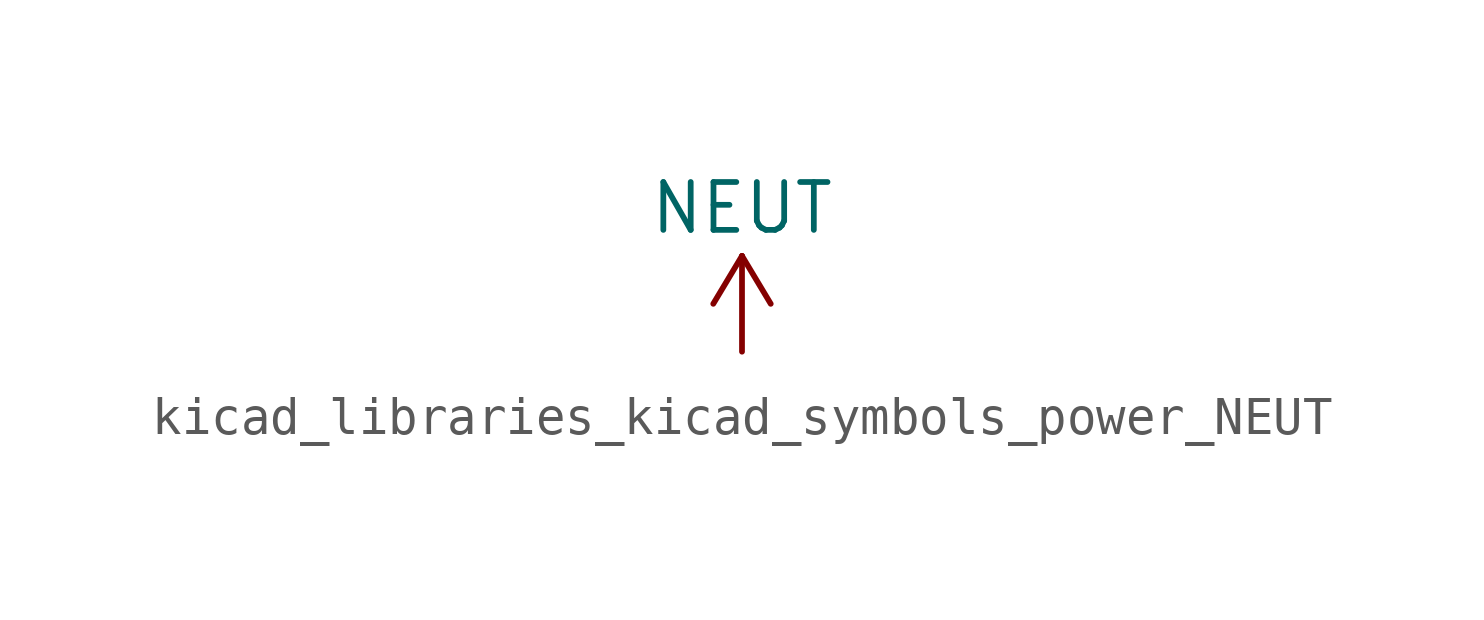
<source format=kicad_sym>
(kicad_symbol_lib
  (version 20220914)
  (generator kicad_symbol_editor)
  (symbol "kicad_libraries_kicad_symbols_power_NEUT"
    (power)
    (pin_names
      (offset 0))
    (property "Reference" "#PWR"
      (at 0 -3.81 0)
      (effects (font (size 1.27 1.27)) hide))
    (property "Value" "NEUT"
      (at 0 3.81 0)
      (effects (font (size 1.27 1.27))))
    (symbol "kicad_libraries_kicad_symbols_power_NEUT_0_1"
      (polyline (pts (xy -0.762 1.27) (xy 0 2.54)) (stroke (width 0) (type default)) (fill (type none)))
      (polyline (pts (xy 0 0) (xy 0 2.54)) (stroke (width 0) (type default)) (fill (type none)))
      (polyline (pts (xy 0 2.54) (xy 0.762 1.27)) (stroke (width 0) (type default)) (fill (type none))))
    (symbol "kicad_libraries_kicad_symbols_power_NEUT_1_1"
      (pin power_in line (at 0 0 90) (length 0) hide (name "NEUT" (effects (font (size 1.27 1.27)))) (number "1" (effects (font (size 1.27 1.27))))))))
</source>
